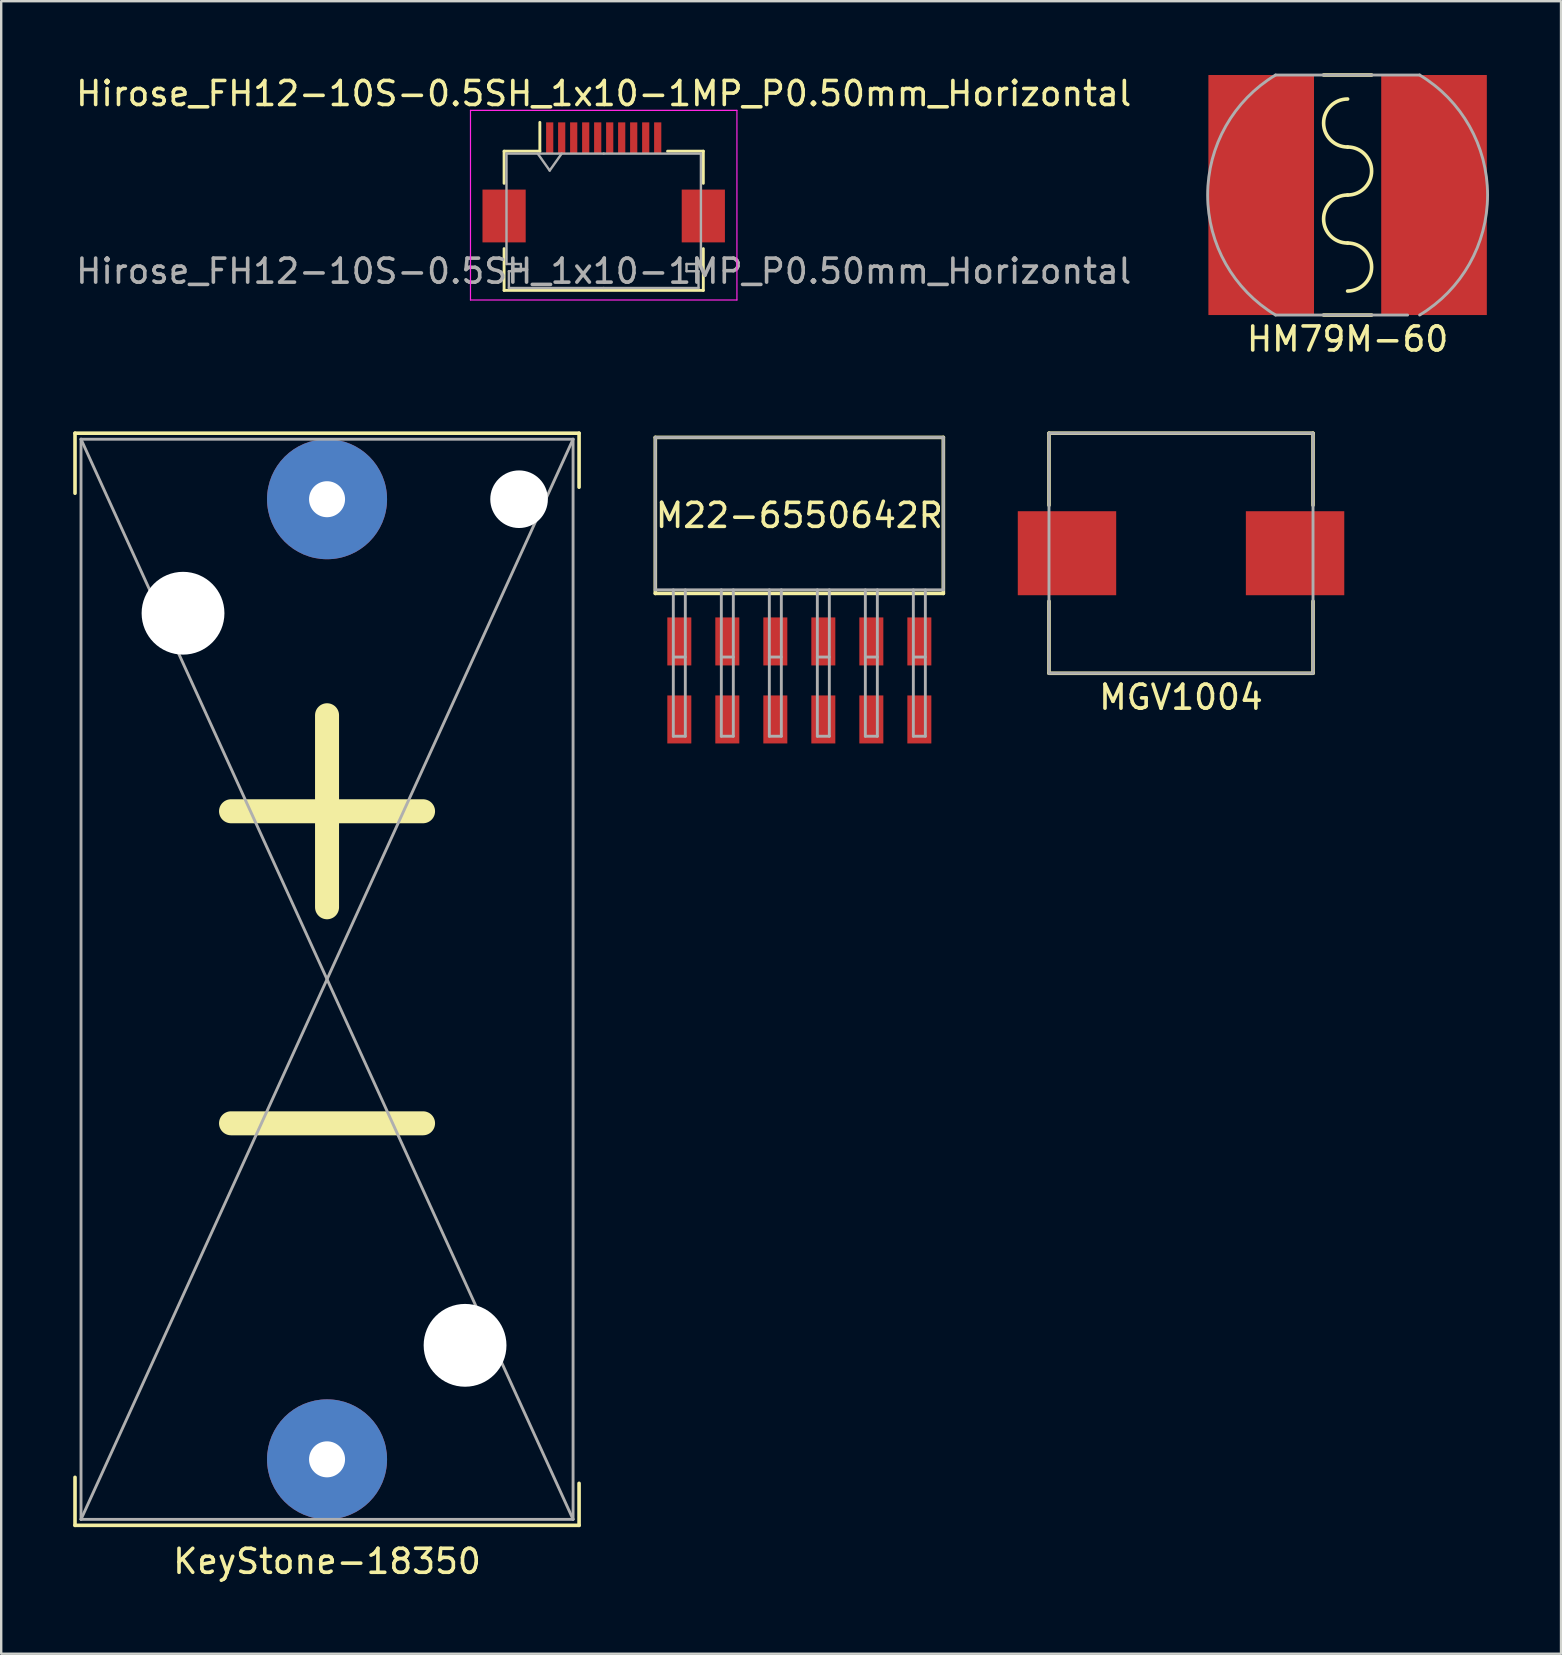
<source format=kicad_pcb>
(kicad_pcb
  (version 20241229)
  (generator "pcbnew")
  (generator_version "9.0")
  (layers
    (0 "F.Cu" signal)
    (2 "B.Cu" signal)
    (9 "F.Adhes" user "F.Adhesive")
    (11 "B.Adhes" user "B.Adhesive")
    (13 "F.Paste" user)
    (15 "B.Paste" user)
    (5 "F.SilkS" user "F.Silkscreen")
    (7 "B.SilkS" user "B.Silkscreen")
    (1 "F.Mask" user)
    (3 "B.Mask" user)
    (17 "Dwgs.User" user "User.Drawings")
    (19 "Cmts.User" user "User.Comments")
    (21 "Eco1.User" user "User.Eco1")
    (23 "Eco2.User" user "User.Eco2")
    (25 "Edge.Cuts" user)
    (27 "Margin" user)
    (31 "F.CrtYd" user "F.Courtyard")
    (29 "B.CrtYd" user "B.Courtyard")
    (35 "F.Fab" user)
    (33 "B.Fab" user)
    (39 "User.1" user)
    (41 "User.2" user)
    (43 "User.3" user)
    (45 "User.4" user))
  (footprint "M22-6550642R"
    (layer "F.Cu")
    (at 30.251 15.173)
    (property "Reference" "M22-6550642R" (at 0 3.25 0) (layer "F.SilkS") (effects (font (size 1 1) (thickness 0.15))))
    (attr through_hole)
    (fp_line (start -6 0) (end -6 6.5) (stroke (width 0.15) (type solid)) (layer "F.SilkS"))
    (fp_line (start -6 6.5) (end 6 6.5) (stroke (width 0.15) (type solid)) (layer "F.SilkS"))
    (fp_line (start 6 0) (end -6 0) (stroke (width 0.15) (type solid)) (layer "F.SilkS"))
    (fp_line (start 6 6.5) (end 6 0) (stroke (width 0.15) (type solid)) (layer "F.SilkS"))
    (fp_line (start -6 0) (end -6 6.35) (stroke (width 0.12) (type solid)) (layer "F.Fab"))
    (fp_line (start -6 0) (end 6 0) (stroke (width 0.12) (type solid)) (layer "F.Fab"))
    (fp_line (start -6 6.35) (end 6 6.35) (stroke (width 0.12) (type solid)) (layer "F.Fab"))
    (fp_line (start -5.25 6.35) (end -5.25 12.45) (stroke (width 0.12) (type solid)) (layer "F.Fab"))
    (fp_line (start -5.25 9.15) (end -4.75 9.15) (stroke (width 0.12) (type solid)) (layer "F.Fab"))
    (fp_line (start -5.25 12.45) (end -4.75 12.45) (stroke (width 0.12) (type solid)) (layer "F.Fab"))
    (fp_line (start -4.75 12.45) (end -4.75 6.35) (stroke (width 0.12) (type solid)) (layer "F.Fab"))
    (fp_line (start -3.25 6.35) (end -3.25 12.45) (stroke (width 0.12) (type solid)) (layer "F.Fab"))
    (fp_line (start -3.25 9.15) (end -2.75 9.15) (stroke (width 0.12) (type solid)) (layer "F.Fab"))
    (fp_line (start -3.25 12.45) (end -2.75 12.45) (stroke (width 0.12) (type solid)) (layer "F.Fab"))
    (fp_line (start -2.75 12.45) (end -2.75 6.35) (stroke (width 0.12) (type solid)) (layer "F.Fab"))
    (fp_line (start -1.25 6.35) (end -1.25 12.45) (stroke (width 0.12) (type solid)) (layer "F.Fab"))
    (fp_line (start -1.25 9.15) (end -0.75 9.15) (stroke (width 0.12) (type solid)) (layer "F.Fab"))
    (fp_line (start -1.25 12.45) (end -0.75 12.45) (stroke (width 0.12) (type solid)) (layer "F.Fab"))
    (fp_line (start -0.75 12.45) (end -0.75 6.35) (stroke (width 0.12) (type solid)) (layer "F.Fab"))
    (fp_line (start 0.75 6.35) (end 0.75 12.45) (stroke (width 0.12) (type solid)) (layer "F.Fab"))
    (fp_line (start 0.75 9.15) (end 1.25 9.15) (stroke (width 0.12) (type solid)) (layer "F.Fab"))
    (fp_line (start 0.75 12.45) (end 1.25 12.45) (stroke (width 0.12) (type solid)) (layer "F.Fab"))
    (fp_line (start 1.25 12.45) (end 1.25 6.35) (stroke (width 0.12) (type solid)) (layer "F.Fab"))
    (fp_line (start 2.75 6.35) (end 2.75 12.45) (stroke (width 0.12) (type solid)) (layer "F.Fab"))
    (fp_line (start 2.75 9.15) (end 3.25 9.15) (stroke (width 0.12) (type solid)) (layer "F.Fab"))
    (fp_line (start 2.75 12.45) (end 3.25 12.45) (stroke (width 0.12) (type solid)) (layer "F.Fab"))
    (fp_line (start 3.25 12.45) (end 3.25 6.35) (stroke (width 0.12) (type solid)) (layer "F.Fab"))
    (fp_line (start 4.75 6.35) (end 4.75 12.45) (stroke (width 0.12) (type solid)) (layer "F.Fab"))
    (fp_line (start 4.75 9.15) (end 5.25 9.15) (stroke (width 0.12) (type solid)) (layer "F.Fab"))
    (fp_line (start 4.75 12.45) (end 5.25 12.45) (stroke (width 0.12) (type solid)) (layer "F.Fab"))
    (fp_line (start 5.25 12.45) (end 5.25 6.35) (stroke (width 0.12) (type solid)) (layer "F.Fab"))
    (fp_line (start 6 0) (end 6 6.35) (stroke (width 0.12) (type solid)) (layer "F.Fab"))
    (pad "1" smd rect (at -5 8.5) (size 1 2) (layers "F.Cu" "F.Mask" "F.Paste"))
    (pad "2" smd rect (at -3 8.5) (size 1 2) (layers "F.Cu" "F.Mask" "F.Paste"))
    (pad "3" smd rect (at -1 8.5) (size 1 2) (layers "F.Cu" "F.Mask" "F.Paste"))
    (pad "4" smd rect (at 1 8.5) (size 1 2) (layers "F.Cu" "F.Mask" "F.Paste"))
    (pad "5" smd rect (at 3 8.5) (size 1 2) (layers "F.Cu" "F.Mask" "F.Paste"))
    (pad "6" smd rect (at 5 8.5) (size 1 2) (layers "F.Cu" "F.Mask" "F.Paste"))
    (pad "7" smd rect (at -5 11.75) (size 1 2) (layers "F.Cu" "F.Mask" "F.Paste"))
    (pad "8" smd rect (at -3 11.75) (size 1 2) (layers "F.Cu" "F.Mask" "F.Paste"))
    (pad "9" smd rect (at -1 11.75) (size 1 2) (layers "F.Cu" "F.Mask" "F.Paste"))
    (pad "10" smd rect (at 1 11.75) (size 1 2) (layers "F.Cu" "F.Mask" "F.Paste"))
    (pad "11" smd rect (at 3 11.75) (size 1 2) (layers "F.Cu" "F.Mask" "F.Paste"))
    (pad "12" smd rect (at 5 11.75) (size 1 2) (layers "F.Cu" "F.Mask" "F.Paste")))
  (footprint "Hirose_FH12-10S-0.5SH_1x10-1MP_P0.50mm_Horizontal"
    (layer "F.Cu")
    (at 22.101 4.548)
    (property "Reference" "Hirose_FH12-10S-0.5SH_1x10-1MP_P0.50mm_Horizontal" (at 0 -3.7 0) (layer "F.SilkS") (effects (font (size 1 1) (thickness 0.15))))
    (attr smd)
    (fp_line (start -4.15 -1.3) (end -4.15 0.04) (stroke (width 0.12) (type solid)) (layer "F.SilkS"))
    (fp_line (start -4.15 2.76) (end -4.15 4.5) (stroke (width 0.12) (type solid)) (layer "F.SilkS"))
    (fp_line (start -4.15 4.5) (end 4.15 4.5) (stroke (width 0.12) (type solid)) (layer "F.SilkS"))
    (fp_line (start -2.66 -1.3) (end -4.15 -1.3) (stroke (width 0.12) (type solid)) (layer "F.SilkS"))
    (fp_line (start -2.66 -1.3) (end -2.66 -2.5) (stroke (width 0.12) (type solid)) (layer "F.SilkS"))
    (fp_line (start 2.66 -1.3) (end 4.15 -1.3) (stroke (width 0.12) (type solid)) (layer "F.SilkS"))
    (fp_line (start 4.15 -1.3) (end 4.15 0.04) (stroke (width 0.12) (type solid)) (layer "F.SilkS"))
    (fp_line (start 4.15 4.5) (end 4.15 2.76) (stroke (width 0.12) (type solid)) (layer "F.SilkS"))
    (fp_line (start -5.55 -3) (end -5.55 4.9) (stroke (width 0.05) (type solid)) (layer "F.CrtYd"))
    (fp_line (start -5.55 4.9) (end 5.55 4.9) (stroke (width 0.05) (type solid)) (layer "F.CrtYd"))
    (fp_line (start 5.55 -3) (end -5.55 -3) (stroke (width 0.05) (type solid)) (layer "F.CrtYd"))
    (fp_line (start 5.55 4.9) (end 5.55 -3) (stroke (width 0.05) (type solid)) (layer "F.CrtYd"))
    (fp_line (start -4.05 -1.2) (end -4.05 3.4) (stroke (width 0.1) (type solid)) (layer "F.Fab"))
    (fp_line (start -4.05 3.4) (end -3.45 3.4) (stroke (width 0.1) (type solid)) (layer "F.Fab"))
    (fp_line (start -3.95 3.7) (end -3.95 4.4) (stroke (width 0.1) (type solid)) (layer "F.Fab"))
    (fp_line (start -3.95 4.4) (end 0 4.4) (stroke (width 0.1) (type solid)) (layer "F.Fab"))
    (fp_line (start -3.45 3.4) (end -3.45 3.7) (stroke (width 0.1) (type solid)) (layer "F.Fab"))
    (fp_line (start -3.45 3.7) (end -3.95 3.7) (stroke (width 0.1) (type solid)) (layer "F.Fab"))
    (fp_line (start -2.75 -1.2) (end -2.25 -0.493) (stroke (width 0.1) (type solid)) (layer "F.Fab"))
    (fp_line (start -2.25 -0.493) (end -1.75 -1.2) (stroke (width 0.1) (type solid)) (layer "F.Fab"))
    (fp_line (start 0 -1.2) (end -4.05 -1.2) (stroke (width 0.1) (type solid)) (layer "F.Fab"))
    (fp_line (start 0 -1.2) (end 4.05 -1.2) (stroke (width 0.1) (type solid)) (layer "F.Fab"))
    (fp_line (start 3.45 3.4) (end 3.45 3.7) (stroke (width 0.1) (type solid)) (layer "F.Fab"))
    (fp_line (start 3.45 3.7) (end 3.95 3.7) (stroke (width 0.1) (type solid)) (layer "F.Fab"))
    (fp_line (start 3.95 3.7) (end 3.95 4.4) (stroke (width 0.1) (type solid)) (layer "F.Fab"))
    (fp_line (start 3.95 4.4) (end 0 4.4) (stroke (width 0.1) (type solid)) (layer "F.Fab"))
    (fp_line (start 4.05 -1.2) (end 4.05 3.4) (stroke (width 0.1) (type solid)) (layer "F.Fab"))
    (fp_line (start 4.05 3.4) (end 3.45 3.4) (stroke (width 0.1) (type solid)) (layer "F.Fab"))
    (fp_text user "${REFERENCE}" (at 0 3.7 0) (layer "F.Fab") (effects (font (size 1 1) (thickness 0.15))))
    (pad "1" smd rect (at -2.25 -1.85) (size 0.3 1.3) (layers "F.Cu" "F.Mask" "F.Paste"))
    (pad "2" smd rect (at -1.75 -1.85) (size 0.3 1.3) (layers "F.Cu" "F.Mask" "F.Paste"))
    (pad "3" smd rect (at -1.25 -1.85) (size 0.3 1.3) (layers "F.Cu" "F.Mask" "F.Paste"))
    (pad "4" smd rect (at -0.75 -1.85) (size 0.3 1.3) (layers "F.Cu" "F.Mask" "F.Paste"))
    (pad "5" smd rect (at -0.25 -1.85) (size 0.3 1.3) (layers "F.Cu" "F.Mask" "F.Paste"))
    (pad "6" smd rect (at 0.25 -1.85) (size 0.3 1.3) (layers "F.Cu" "F.Mask" "F.Paste"))
    (pad "7" smd rect (at 0.75 -1.85) (size 0.3 1.3) (layers "F.Cu" "F.Mask" "F.Paste"))
    (pad "8" smd rect (at 1.25 -1.85) (size 0.3 1.3) (layers "F.Cu" "F.Mask" "F.Paste"))
    (pad "9" smd rect (at 1.75 -1.85) (size 0.3 1.3) (layers "F.Cu" "F.Mask" "F.Paste"))
    (pad "10" smd rect (at 2.25 -1.85) (size 0.3 1.3) (layers "F.Cu" "F.Mask" "F.Paste"))
    (pad "MP1" smd rect (at -4.15 1.4) (size 1.8 2.2) (layers "F.Cu" "F.Mask" "F.Paste"))
    (pad "MP2" smd rect (at 4.15 1.4) (size 1.8 2.2) (layers "F.Cu" "F.Mask" "F.Paste")))
  (footprint "MGV1004"
    (layer "F.Cu")
    (at 46.152 19.998)
    (property "Reference" "MGV1004" (at 0 6 0) (layer "F.SilkS") (effects (font (size 1 1) (thickness 0.15))))
    (attr through_hole)
    (fp_line (start -5.5 -5) (end 5.5 -5) (stroke (width 0.15) (type solid)) (layer "F.SilkS"))
    (fp_line (start -5.5 -2) (end -5.5 -5) (stroke (width 0.15) (type solid)) (layer "F.SilkS"))
    (fp_line (start -5.5 5) (end -5.5 2) (stroke (width 0.15) (type solid)) (layer "F.SilkS"))
    (fp_line (start 5.5 -5) (end 5.5 -2) (stroke (width 0.15) (type solid)) (layer "F.SilkS"))
    (fp_line (start 5.5 2) (end 5.5 5) (stroke (width 0.15) (type solid)) (layer "F.SilkS"))
    (fp_line (start 5.5 5) (end -5.5 5) (stroke (width 0.15) (type solid)) (layer "F.SilkS"))
    (fp_line (start -5.5 -5) (end 5.5 -5) (stroke (width 0.12) (type solid)) (layer "F.Fab"))
    (fp_line (start -5.5 5) (end -5.5 -5) (stroke (width 0.12) (type solid)) (layer "F.Fab"))
    (fp_line (start 5.5 -5) (end 5.5 5) (stroke (width 0.12) (type solid)) (layer "F.Fab"))
    (fp_line (start 5.5 5) (end -5.5 5) (stroke (width 0.12) (type solid)) (layer "F.Fab"))
    (pad "1" smd rect (at -4.75 0) (size 4.1 3.5) (layers "F.Cu" "F.Mask" "F.Paste"))
    (pad "2" smd rect (at 4.752 0) (size 4.1 3.5) (layers "F.Cu" "F.Mask" "F.Paste")))
  (footprint "HM79M-60"
    (layer "F.Cu")
    (at 53.093 5.075)
    (property "Reference" "HM79M-60" (at 0 6 0) (layer "F.SilkS") (effects (font (size 1 1) (thickness 0.15))))
    (attr smd)
    (fp_line (start -1 -5) (end 1 -5) (stroke (width 0.15) (type solid)) (layer "F.SilkS"))
    (fp_line (start -1 5) (end 1 5) (stroke (width 0.15) (type solid)) (layer "F.SilkS"))
    (fp_arc (start 0 -2) (mid -1 -3) (end 0 -4) (stroke (width 0.15) (type solid)) (layer "F.SilkS"))
    (fp_arc (start 0 -2) (mid 1 -1) (end 0 0) (stroke (width 0.15) (type solid)) (layer "F.SilkS"))
    (fp_arc (start 0 2) (mid -1 1) (end 0 0) (stroke (width 0.15) (type solid)) (layer "F.SilkS"))
    (fp_arc (start 0 2) (mid 1 3) (end 0 4) (stroke (width 0.15) (type solid)) (layer "F.SilkS"))
    (fp_line (start 2.5 5) (end -3 5) (stroke (width 0.12) (type solid)) (layer "F.Fab"))
    (fp_line (start 3 -5) (end -3 -5) (stroke (width 0.12) (type solid)) (layer "F.Fab"))
    (fp_arc (start -3 4.999999) (mid -5.830951 0) (end -2.999999 -4.999999) (stroke (width 0.12) (type solid)) (layer "F.Fab"))
    (fp_arc (start 3 -4.999999) (mid 5.830951 0) (end 2.999999 4.999999) (stroke (width 0.12) (type solid)) (layer "F.Fab"))
    (pad "1" smd rect (at -3.6 0) (size 4.4 10) (layers "F.Cu" "F.Mask" "F.Paste"))
    (pad "2" smd rect (at 3.6 0) (size 4.4 10) (layers "F.Cu" "F.Mask" "F.Paste")))
  (footprint "KeyStone-18350"
    (layer "F.Cu")
    (at 10.575 37.748)
    (property "Reference" "KeyStone-18350" (at 0 24.25 0) (layer "F.SilkS") (effects (font (size 1 1) (thickness 0.15))))
    (attr through_hole)
    (fp_line (start -10.5 -22.75) (end 10.5 -22.75) (stroke (width 0.15) (type solid)) (layer "F.SilkS"))
    (fp_line (start -10.5 -20.25) (end -10.5 -22.75) (stroke (width 0.15) (type solid)) (layer "F.SilkS"))
    (fp_line (start -10.5 20.75) (end -10.5 22.75) (stroke (width 0.15) (type solid)) (layer "F.SilkS"))
    (fp_line (start -10.5 22.75) (end 10.5 22.75) (stroke (width 0.15) (type solid)) (layer "F.SilkS"))
    (fp_line (start -4 -7) (end 4 -7) (stroke (width 1) (type solid)) (layer "F.SilkS"))
    (fp_line (start -4 6) (end 4 6) (stroke (width 1) (type solid)) (layer "F.SilkS"))
    (fp_line (start 0 -11) (end 0 -3) (stroke (width 1) (type solid)) (layer "F.SilkS"))
    (fp_line (start 10.5 -22.75) (end 10.5 -20.5) (stroke (width 0.15) (type solid)) (layer "F.SilkS"))
    (fp_line (start 10.5 22.75) (end 10.5 21) (stroke (width 0.15) (type solid)) (layer "F.SilkS"))
    (fp_line (start -10.25 -22.5) (end 10.25 -22.5) (stroke (width 0.12) (type solid)) (layer "F.Fab"))
    (fp_line (start -10.25 -22.5) (end 10.25 22.5) (stroke (width 0.12) (type solid)) (layer "F.Fab"))
    (fp_line (start -10.25 22.5) (end -10.25 -22.5) (stroke (width 0.12) (type solid)) (layer "F.Fab"))
    (fp_line (start -10.25 22.5) (end 10.25 -22.5) (stroke (width 0.12) (type solid)) (layer "F.Fab"))
    (fp_line (start 10.25 -22.5) (end 10.25 22.5) (stroke (width 0.12) (type solid)) (layer "F.Fab"))
    (fp_line (start 10.25 22.5) (end -10.25 22.5) (stroke (width 0.12) (type solid)) (layer "F.Fab"))
    (pad "" np_thru_hole circle (at -6 -15.25) (size 3.45 3.45) (drill 3.45) (layers "*.Cu" "*.Mask"))
    (pad "" np_thru_hole circle (at 5.75 15.25) (size 3.45 3.45) (drill 3.45) (layers "*.Cu" "*.Mask"))
    (pad "" np_thru_hole circle (at 8 -20) (size 2.4 2.4) (drill 2.4) (layers "*.Cu" "*.Mask"))
    (pad "1" thru_hole circle (at 0 -20) (size 5 5) (drill 1.5) (layers "*.Cu" "*.Mask"))
    (pad "2" thru_hole circle (at 0 20) (size 5 5) (drill 1.5) (layers "*.Cu" "*.Mask")))
  (gr_rect
    (start -3 -3)
    (end 61.984 65.847)
    (stroke (width 0.1) (type default))
    (fill no)
    (layer "Edge.Cuts")))
</source>
